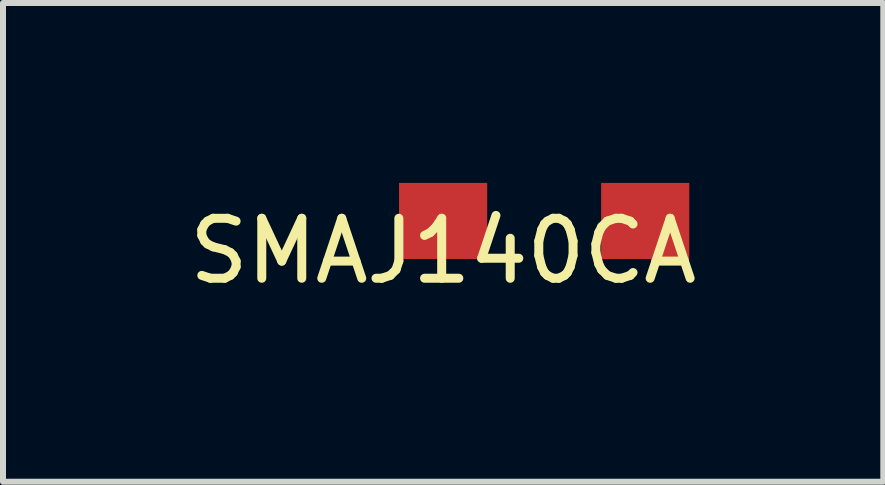
<source format=kicad_pcb>
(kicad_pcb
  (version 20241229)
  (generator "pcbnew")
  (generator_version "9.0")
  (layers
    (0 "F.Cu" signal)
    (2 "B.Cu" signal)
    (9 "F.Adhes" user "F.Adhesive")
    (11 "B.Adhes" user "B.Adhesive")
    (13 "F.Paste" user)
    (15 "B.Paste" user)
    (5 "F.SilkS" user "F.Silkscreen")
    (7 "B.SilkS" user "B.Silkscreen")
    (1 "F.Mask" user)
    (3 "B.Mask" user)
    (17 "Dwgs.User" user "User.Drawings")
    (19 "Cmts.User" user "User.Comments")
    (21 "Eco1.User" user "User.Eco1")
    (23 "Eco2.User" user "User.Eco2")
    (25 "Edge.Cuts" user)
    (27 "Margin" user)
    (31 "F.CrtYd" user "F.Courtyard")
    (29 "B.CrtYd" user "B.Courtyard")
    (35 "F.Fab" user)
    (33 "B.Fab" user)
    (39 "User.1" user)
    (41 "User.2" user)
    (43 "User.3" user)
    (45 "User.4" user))
  (footprint "SMAJ140CA"
    (layer "F.Cu")
    (at 4.339 0.635)
    (property "Reference" "SMAJ140CA" (at 0 0.5 0) (layer "F.SilkS") (effects (font (size 1 1) (thickness 0.15))))
    (attr through_hole)
    (pad "1" smd rect (at 0 0) (size 1.47 1.27) (layers "F.Cu" "F.Mask" "F.Paste"))
    (pad "2" smd rect (at 3.37 0) (size 1.47 1.27) (layers "F.Cu" "F.Mask" "F.Paste")))
  (gr_rect
    (start -3 -3)
    (end 11.679 4.983)
    (stroke (width 0.1) (type default))
    (fill no)
    (layer "Edge.Cuts")))
</source>
